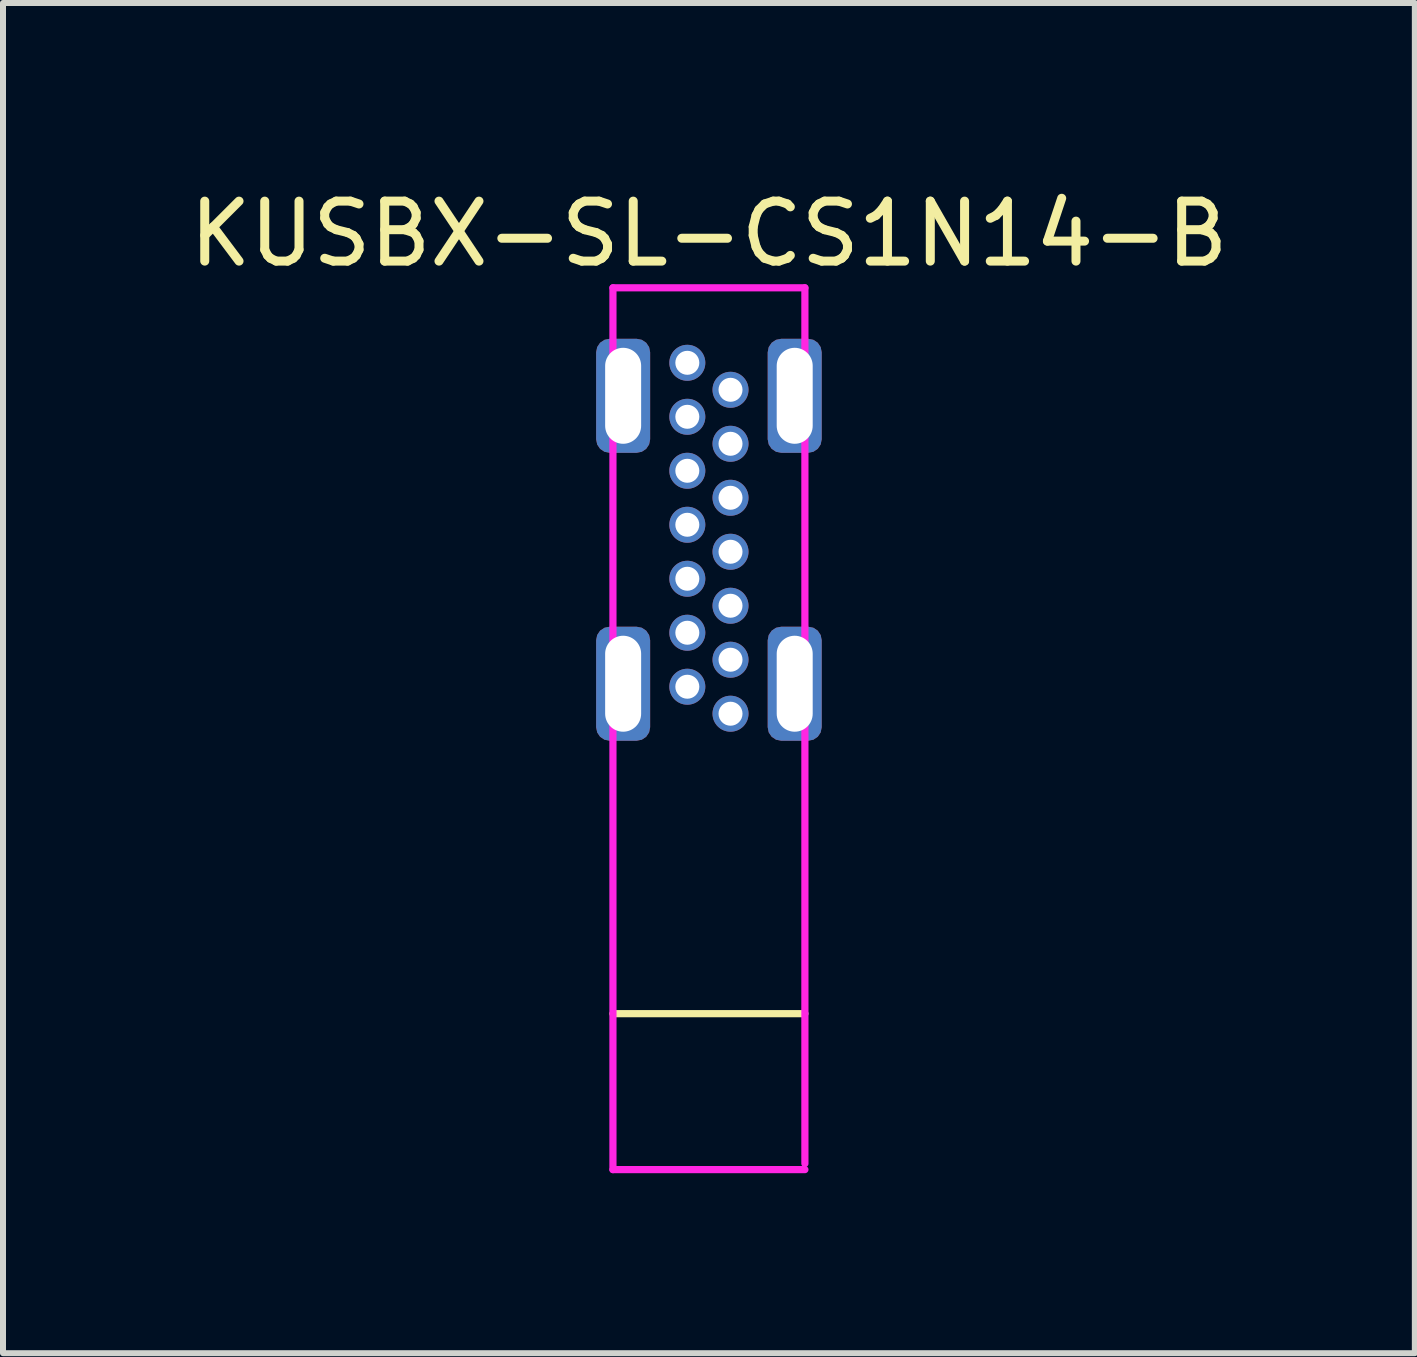
<source format=kicad_pcb>
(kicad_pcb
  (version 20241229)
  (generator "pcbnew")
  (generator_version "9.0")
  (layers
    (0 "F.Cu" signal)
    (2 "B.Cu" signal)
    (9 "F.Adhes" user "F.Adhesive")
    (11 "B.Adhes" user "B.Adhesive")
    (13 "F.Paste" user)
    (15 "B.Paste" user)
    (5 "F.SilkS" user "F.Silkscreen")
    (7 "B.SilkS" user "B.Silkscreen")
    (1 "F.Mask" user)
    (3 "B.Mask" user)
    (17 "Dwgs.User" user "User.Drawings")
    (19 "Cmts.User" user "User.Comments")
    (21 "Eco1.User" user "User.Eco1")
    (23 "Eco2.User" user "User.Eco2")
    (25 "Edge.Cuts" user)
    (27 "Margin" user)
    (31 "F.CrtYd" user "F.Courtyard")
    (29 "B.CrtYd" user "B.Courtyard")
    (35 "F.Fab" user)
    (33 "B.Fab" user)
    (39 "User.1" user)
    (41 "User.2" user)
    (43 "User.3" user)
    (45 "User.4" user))
  (footprint "KUSBX-SL-CS1N14-B"
    (layer "F.Cu")
    (at 8.768 8.848)
    (property "Reference" "KUSBX-SL-CS1N14-B" (at 0 -8 0) (layer "F.SilkS") (effects (font (size 1 1) (thickness 0.15))))
    (attr through_hole)
    (fp_line (start -1.6 5) (end 1.6 5) (stroke (width 0.12) (type solid)) (layer "F.SilkS"))
    (fp_line (start -1.6 -7.1) (end -1.6 7.6) (stroke (width 0.12) (type solid)) (layer "F.CrtYd"))
    (fp_line (start -1.6 7.6) (end 1.6 7.6) (stroke (width 0.12) (type solid)) (layer "F.CrtYd"))
    (fp_line (start 1.6 -7.1) (end -1.6 -7.1) (stroke (width 0.12) (type solid)) (layer "F.CrtYd"))
    (fp_line (start 1.6 7.5) (end 1.6 -7.1) (stroke (width 0.12) (type solid)) (layer "F.CrtYd"))
    (pad "A1" thru_hole circle (at -0.36 -0.45) (size 0.6 0.6) (drill 0.4) (layers "*.Cu" "*.Mask"))
    (pad "A4" thru_hole circle (at -0.36 -1.35) (size 0.6 0.6) (drill 0.4) (layers "*.Cu" "*.Mask"))
    (pad "A5" thru_hole circle (at -0.36 -2.25) (size 0.6 0.6) (drill 0.4) (layers "*.Cu" "*.Mask"))
    (pad "A6" thru_hole circle (at -0.36 -3.15) (size 0.6 0.6) (drill 0.4) (layers "*.Cu" "*.Mask"))
    (pad "A7" thru_hole circle (at -0.36 -4.05) (size 0.6 0.6) (drill 0.4) (layers "*.Cu" "*.Mask"))
    (pad "A9" thru_hole circle (at -0.36 -4.95) (size 0.6 0.6) (drill 0.4) (layers "*.Cu" "*.Mask"))
    (pad "A12" thru_hole circle (at -0.36 -5.85) (size 0.6 0.6) (drill 0.4) (layers "*.Cu" "*.Mask"))
    (pad "B1" thru_hole circle (at 0.36 -5.4) (size 0.6 0.6) (drill 0.4) (layers "*.Cu" "*.Mask"))
    (pad "B4" thru_hole circle (at 0.36 -4.5) (size 0.6 0.6) (drill 0.4) (layers "*.Cu" "*.Mask"))
    (pad "B5" thru_hole circle (at 0.36 -3.6) (size 0.6 0.6) (drill 0.4) (layers "*.Cu" "*.Mask"))
    (pad "B6" thru_hole circle (at 0.36 -2.7) (size 0.6 0.6) (drill 0.4) (layers "*.Cu" "*.Mask"))
    (pad "B7" thru_hole circle (at 0.36 -1.8) (size 0.6 0.6) (drill 0.4) (layers "*.Cu" "*.Mask"))
    (pad "B9" thru_hole circle (at 0.36 -0.9) (size 0.6 0.6) (drill 0.4) (layers "*.Cu" "*.Mask"))
    (pad "B12" thru_hole circle (at 0.36 0) (size 0.6 0.6) (drill 0.4) (layers "*.Cu" "*.Mask"))
    (pad "S1" thru_hole roundrect (at -1.43 -5.3) (size 0.9 1.9) (drill oval 0.6 1.6) (layers "*.Cu" "*.Mask") (roundrect_rratio 0.25))
    (pad "S1" thru_hole roundrect (at -1.43 -0.5) (size 0.9 1.9) (drill oval 0.6 1.6) (layers "*.Cu" "*.Mask") (roundrect_rratio 0.25))
    (pad "S1" thru_hole roundrect (at 1.43 -5.3) (size 0.9 1.9) (drill oval 0.6 1.6) (layers "*.Cu" "*.Mask") (roundrect_rratio 0.25))
    (pad "S1" thru_hole roundrect (at 1.43 -0.5) (size 0.9 1.9) (drill oval 0.6 1.6) (layers "*.Cu" "*.Mask") (roundrect_rratio 0.25)))
  (gr_rect
    (start -3 -3)
    (end 20.536 19.508)
    (stroke (width 0.1) (type default))
    (fill no)
    (layer "Edge.Cuts")))
</source>
